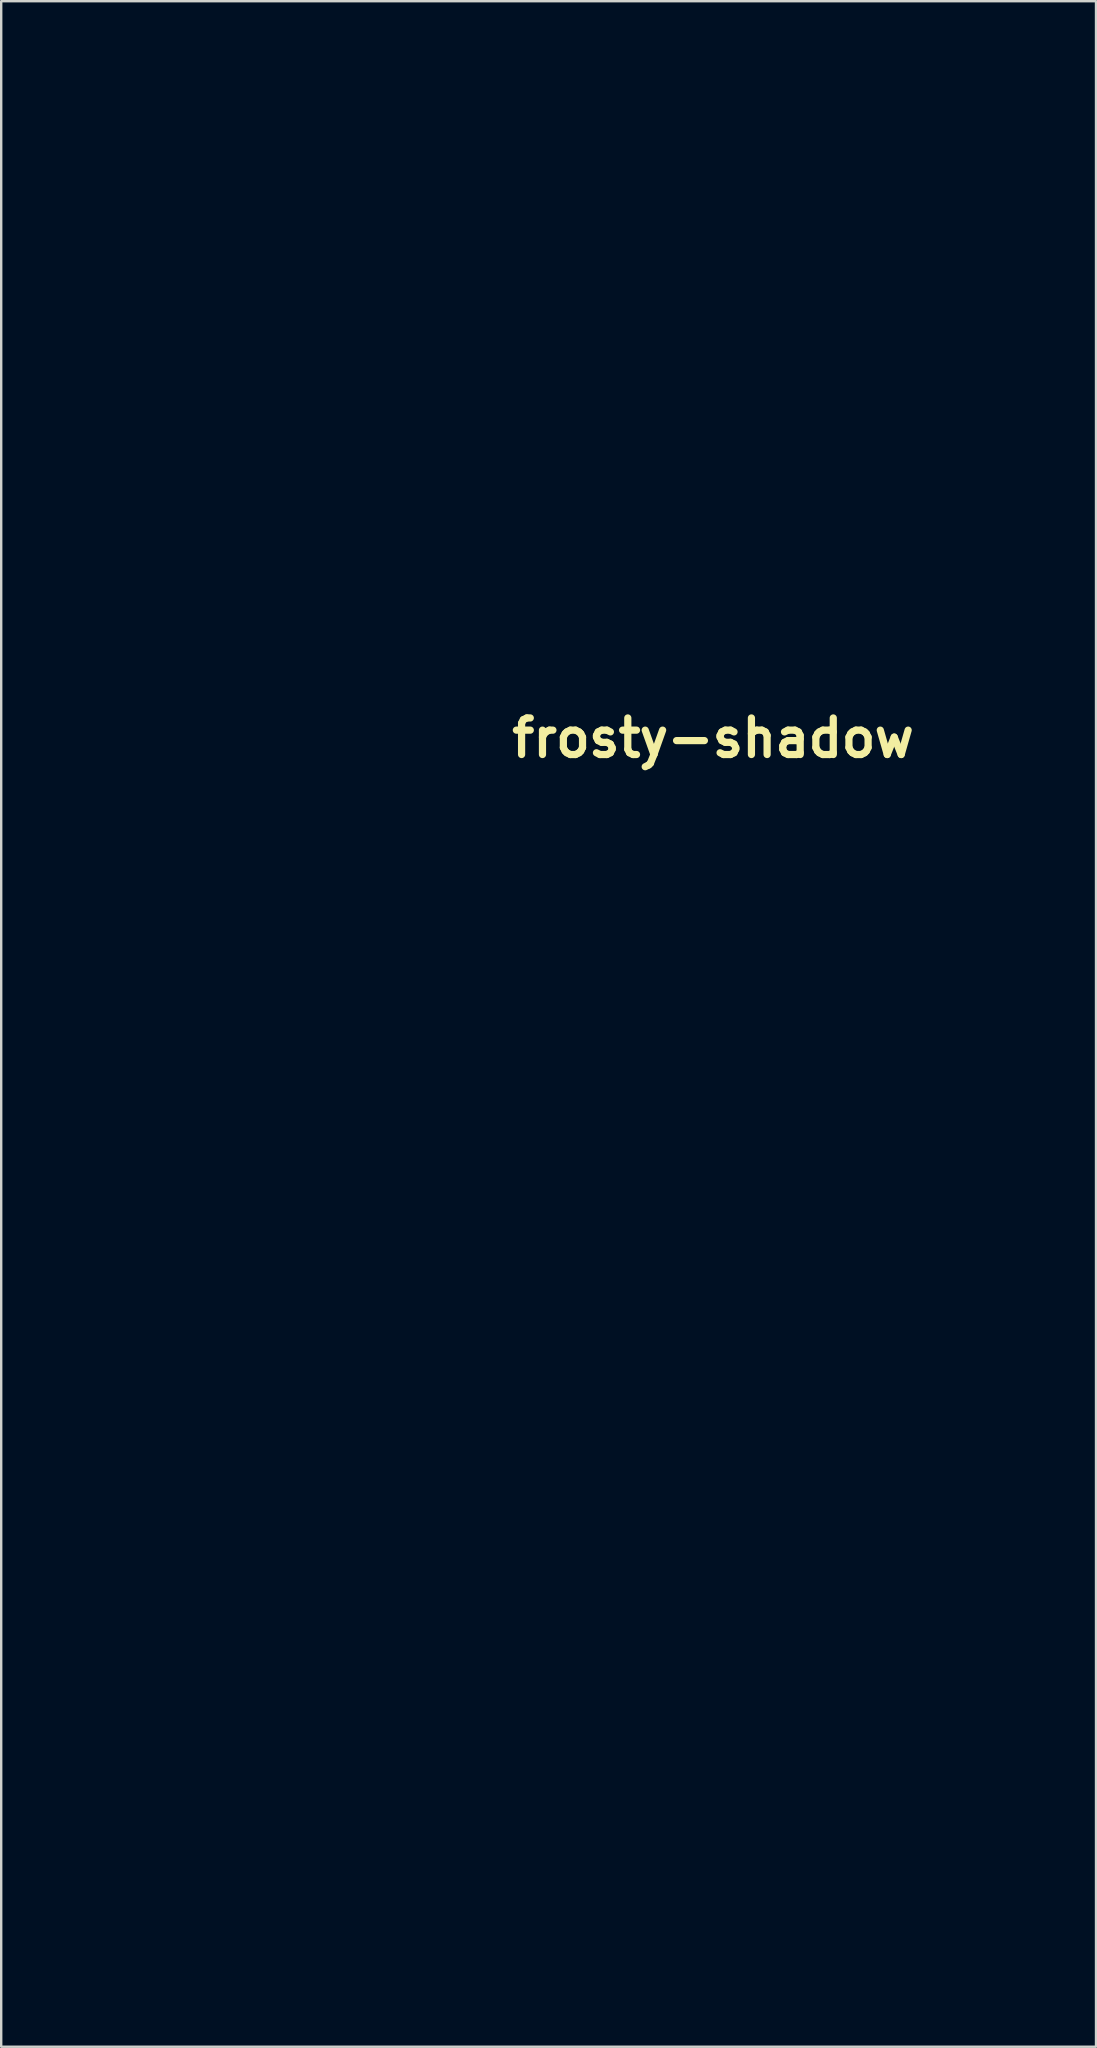
<source format=kicad_pcb>
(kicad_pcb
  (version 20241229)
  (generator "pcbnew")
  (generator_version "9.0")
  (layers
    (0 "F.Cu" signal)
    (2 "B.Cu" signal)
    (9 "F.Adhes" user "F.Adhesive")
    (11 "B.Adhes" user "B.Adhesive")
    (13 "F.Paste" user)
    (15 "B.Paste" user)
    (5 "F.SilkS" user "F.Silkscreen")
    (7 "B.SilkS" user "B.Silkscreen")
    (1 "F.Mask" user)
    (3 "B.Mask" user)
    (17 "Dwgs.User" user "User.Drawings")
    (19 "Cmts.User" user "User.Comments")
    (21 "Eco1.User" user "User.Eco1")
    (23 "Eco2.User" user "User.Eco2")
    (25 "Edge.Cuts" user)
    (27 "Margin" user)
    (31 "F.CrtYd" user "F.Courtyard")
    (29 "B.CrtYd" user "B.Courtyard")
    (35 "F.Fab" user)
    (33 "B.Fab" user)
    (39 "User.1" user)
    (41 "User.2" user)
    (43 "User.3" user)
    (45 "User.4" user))
  (footprint "frosty-shadow"
    (layer "F.Cu")
    (at 26.671 27.707)
    (property "Reference" "frosty-shadow" (at 0 0 0) (layer "F.SilkS") (effects (font (size 1.524 1.524) (thickness 0.3))))
    (attr through_hole)
    (fp_poly (pts (xy -14.304 -27.419) (xy -14.37 -27.153) (xy -14.453 -26.84) (xy -14.476 -26.755) (xy -14.549 -26.473) (xy -14.605 -26.224) (xy -14.617 -26.162) (xy -14.66 -25.951) (xy -14.694 -25.834) (xy -14.76 -25.594) (xy -14.838 -25.224) (xy -14.922 -24.763) (xy -15.005 -24.25) (xy -15.08 -23.722) (xy -15.117 -23.425) (xy -15.189 -22.599) (xy -15.228 -21.673) (xy -15.233 -20.711) (xy -15.204 -19.779) (xy -15.158 -19.135) (xy -15.116 -18.682) (xy -15.074 -18.216) (xy -15.038 -17.81) (xy -15.025 -17.657) (xy -14.995 -17.354) (xy -14.963 -17.122) (xy -14.937 -17.007) (xy -14.936 -17.006) (xy -14.907 -16.902) (xy -14.856 -16.668) (xy -14.792 -16.338) (xy -14.728 -15.986) (xy -14.498 -14.969) (xy -14.161 -13.868) (xy -13.728 -12.717) (xy -13.212 -11.551) (xy -12.974 -11.067) (xy -12.72 -10.577) (xy -12.465 -10.11) (xy -12.229 -9.699) (xy -12.03 -9.376) (xy -11.897 -9.186) (xy -11.661 -8.887) (xy -11.391 -8.535) (xy -11.179 -8.255) (xy -10.957 -7.98) (xy -10.654 -7.641) (xy -10.317 -7.286) (xy -10.079 -7.049) (xy -9.776 -6.753) (xy -9.586 -6.553) (xy -9.496 -6.434) (xy -9.492 -6.377) (xy -9.564 -6.365) (xy -9.567 -6.366) (xy -9.728 -6.375) (xy -10.019 -6.39) (xy -10.404 -6.41) (xy -10.844 -6.433) (xy -10.964 -6.439) (xy -11.477 -6.463) (xy -12.007 -6.484) (xy -12.492 -6.5) (xy -12.871 -6.509) (xy -12.883 -6.509) (xy -13.243 -6.518) (xy -13.478 -6.539) (xy -13.633 -6.586) (xy -13.753 -6.669) (xy -13.847 -6.763) (xy -14.09 -7.051) (xy -14.384 -7.448) (xy -14.703 -7.912) (xy -15.018 -8.401) (xy -15.303 -8.874) (xy -15.531 -9.289) (xy -15.584 -9.398) (xy -15.77 -9.785) (xy -15.964 -10.178) (xy -16.129 -10.509) (xy -16.168 -10.583) (xy -16.402 -11.098) (xy -16.643 -11.745) (xy -16.882 -12.488) (xy -17.108 -13.29) (xy -17.312 -14.114) (xy -17.482 -14.925) (xy -17.609 -15.685) (xy -17.628 -15.83) (xy -17.666 -16.177) (xy -17.668 -16.409) (xy -17.631 -16.576) (xy -17.571 -16.698) (xy -17.487 -16.86) (xy -17.498 -16.925) (xy -17.555 -16.933) (xy -17.63 -17.012) (xy -17.693 -17.223) (xy -17.739 -17.53) (xy -17.765 -17.896) (xy -17.766 -18.284) (xy -17.745 -18.604) (xy -17.711 -18.951) (xy -17.676 -19.369) (xy -17.649 -19.726) (xy -17.597 -20.207) (xy -17.501 -20.805) (xy -17.371 -21.479) (xy -17.217 -22.184) (xy -17.047 -22.877) (xy -16.872 -23.515) (xy -16.719 -24.003) (xy -16.581 -24.369) (xy -16.398 -24.807) (xy -16.184 -25.288) (xy -15.952 -25.781) (xy -15.717 -26.259) (xy -15.494 -26.691) (xy -15.297 -27.048) (xy -15.14 -27.3) (xy -15.056 -27.404) (xy -14.834 -27.546) (xy -14.565 -27.642) (xy -14.549 -27.645) (xy -14.238 -27.702) (xy -14.304 -27.419)) (stroke (width 0.01) (type solid)) (fill yes) (layer "F.Mask"))
    (fp_poly (pts (xy -19.061 6.34) (xy -19.045 6.358) (xy -19.042 6.491) (xy -19.102 6.715) (xy -19.205 6.976) (xy -19.329 7.219) (xy -19.437 7.373) (xy -19.538 7.55) (xy -19.558 7.652) (xy -19.604 7.81) (xy -19.718 8.029) (xy -19.77 8.11) (xy -19.898 8.312) (xy -19.973 8.455) (xy -19.981 8.484) (xy -20.014 8.589) (xy -20.099 8.797) (xy -20.193 9.009) (xy -20.306 9.271) (xy -20.383 9.476) (xy -20.405 9.563) (xy -20.441 9.711) (xy -20.481 9.801) (xy -20.618 10.114) (xy -20.779 10.56) (xy -20.953 11.109) (xy -20.998 11.261) (xy -21.093 11.581) (xy -21.175 11.847) (xy -21.229 12.009) (xy -21.234 12.023) (xy -21.287 12.187) (xy -21.297 12.234) (xy -21.338 12.427) (xy -21.403 12.661) (xy -21.468 12.854) (xy -21.493 12.912) (xy -21.552 13.071) (xy -21.561 13.119) (xy -21.576 13.198) (xy -21.605 13.338) (xy -21.654 13.56) (xy -21.728 13.886) (xy -21.831 14.339) (xy -21.931 14.774) (xy -22.023 15.199) (xy -22.114 15.666) (xy -22.197 16.13) (xy -22.263 16.544) (xy -22.305 16.863) (xy -22.314 16.976) (xy -22.325 17.149) (xy -22.341 17.344) (xy -22.367 17.596) (xy -22.405 17.938) (xy -22.46 18.403) (xy -22.481 18.584) (xy -22.519 18.863) (xy -22.559 19.106) (xy -22.564 19.135) (xy -22.58 19.297) (xy -22.592 19.601) (xy -22.602 20.017) (xy -22.609 20.517) (xy -22.613 21.072) (xy -22.614 21.654) (xy -22.613 22.235) (xy -22.608 22.786) (xy -22.601 23.278) (xy -22.591 23.684) (xy -22.578 23.975) (xy -22.567 24.088) (xy -22.492 24.676) (xy -22.43 25.217) (xy -22.383 25.681) (xy -22.354 26.034) (xy -22.348 26.229) (xy -22.331 26.396) (xy -22.284 26.679) (xy -22.215 27.028) (xy -22.179 27.193) (xy -22.108 27.532) (xy -22.06 27.803) (xy -22.041 27.968) (xy -22.045 28) (xy -22.049 28.098) (xy -22.007 28.286) (xy -22.001 28.306) (xy -21.904 28.651) (xy -21.828 28.998) (xy -21.796 29.168) (xy -21.746 29.395) (xy -21.667 29.699) (xy -21.613 29.887) (xy -21.534 30.166) (xy -21.476 30.39) (xy -21.456 30.48) (xy -21.389 30.772) (xy -21.262 31.189) (xy -21.087 31.7) (xy -20.875 32.275) (xy -20.636 32.886) (xy -20.383 33.502) (xy -20.127 34.094) (xy -19.889 34.609) (xy -19.724 34.957) (xy -19.59 35.244) (xy -19.502 35.44) (xy -19.473 35.512) (xy -19.428 35.628) (xy -19.304 35.857) (xy -19.117 36.172) (xy -18.886 36.547) (xy -18.627 36.954) (xy -18.358 37.368) (xy -18.094 37.761) (xy -17.855 38.108) (xy -17.656 38.381) (xy -17.515 38.554) (xy -17.515 38.555) (xy -17.398 38.701) (xy -17.357 38.789) (xy -17.305 38.89) (xy -17.178 39.047) (xy -17.166 39.06) (xy -16.993 39.258) (xy -16.788 39.505) (xy -16.722 39.588) (xy -16.506 39.848) (xy -16.228 40.165) (xy -15.909 40.517) (xy -15.57 40.883) (xy -15.231 41.241) (xy -14.913 41.568) (xy -14.637 41.844) (xy -14.423 42.046) (xy -14.292 42.153) (xy -14.266 42.164) (xy -14.176 42.216) (xy -14.016 42.346) (xy -13.96 42.397) (xy -13.685 42.648) (xy -13.507 42.805) (xy -13.398 42.889) (xy -13.332 42.922) (xy -13.3 42.926) (xy -13.198 42.99) (xy -13.194 42.998) (xy -13.11 43.096) (xy -12.927 43.26) (xy -12.686 43.458) (xy -12.425 43.659) (xy -12.185 43.832) (xy -12.006 43.945) (xy -11.978 43.958) (xy -11.824 44.052) (xy -11.769 44.125) (xy -11.705 44.195) (xy -11.694 44.196) (xy -11.591 44.237) (xy -11.391 44.343) (xy -11.14 44.486) (xy -10.884 44.64) (xy -10.67 44.778) (xy -10.559 44.858) (xy -10.428 44.944) (xy -10.201 45.072) (xy -9.913 45.225) (xy -9.601 45.385) (xy -9.298 45.533) (xy -9.041 45.653) (xy -8.865 45.727) (xy -8.804 45.738) (xy -8.768 45.736) (xy -8.741 45.771) (xy -8.619 45.867) (xy -8.372 46.004) (xy -8.036 46.165) (xy -7.645 46.333) (xy -7.234 46.494) (xy -6.884 46.616) (xy -6.548 46.733) (xy -6.254 46.848) (xy -6.057 46.94) (xy -6.032 46.955) (xy -5.894 47.027) (xy -5.842 47.024) (xy -5.79 47.019) (xy -5.736 47.054) (xy -5.605 47.115) (xy -5.359 47.192) (xy -5.052 47.271) (xy -5.038 47.274) (xy -4.656 47.372) (xy -4.266 47.488) (xy -4.002 47.58) (xy -3.685 47.687) (xy -3.372 47.771) (xy -3.24 47.796) (xy -2.975 47.835) (xy -2.753 47.867) (xy -2.735 47.87) (xy -2.515 47.922) (xy -2.312 47.989) (xy -2.131 48.039) (xy -1.821 48.102) (xy -1.422 48.174) (xy -0.975 48.246) (xy -0.517 48.313) (xy -0.089 48.369) (xy 0.169 48.397) (xy 0.486 48.434) (xy 0.854 48.486) (xy 1.016 48.511) (xy 1.392 48.56) (xy 1.798 48.591) (xy 1.947 48.596) (xy 2.276 48.607) (xy 2.587 48.629) (xy 2.709 48.642) (xy 2.881 48.656) (xy 3.193 48.672) (xy 3.613 48.689) (xy 4.113 48.705) (xy 4.662 48.72) (xy 4.826 48.724) (xy 5.364 48.736) (xy 5.842 48.748) (xy 6.237 48.759) (xy 6.522 48.768) (xy 6.672 48.775) (xy 6.689 48.776) (xy 6.787 48.78) (xy 6.891 48.773) (xy 7.124 48.758) (xy 7.448 48.739) (xy 7.676 48.726) (xy 8.078 48.7) (xy 8.456 48.67) (xy 8.751 48.641) (xy 8.846 48.628) (xy 9.103 48.598) (xy 9.454 48.568) (xy 9.82 48.544) (xy 10.391 48.509) (xy 10.898 48.463) (xy 11.444 48.396) (xy 11.515 48.387) (xy 11.956 48.334) (xy 12.351 48.3) (xy 12.669 48.285) (xy 12.88 48.292) (xy 12.953 48.319) (xy 12.877 48.405) (xy 12.663 48.54) (xy 12.333 48.713) (xy 11.909 48.916) (xy 11.412 49.139) (xy 10.865 49.371) (xy 10.288 49.605) (xy 9.703 49.829) (xy 9.132 50.035) (xy 8.848 50.132) (xy 8.134 50.352) (xy 7.333 50.57) (xy 6.49 50.776) (xy 5.649 50.96) (xy 4.855 51.112) (xy 4.153 51.221) (xy 3.852 51.256) (xy 3.572 51.285) (xy 3.221 51.323) (xy 3.006 51.346) (xy 2.275 51.424) (xy 1.666 51.479) (xy 1.133 51.515) (xy 0.629 51.534) (xy 0.11 51.539) (xy -0.254 51.536) (xy -0.749 51.526) (xy -1.237 51.51) (xy -1.666 51.49) (xy -1.986 51.467) (xy -2.032 51.463) (xy -2.441 51.421) (xy -2.891 51.376) (xy -3.133 51.353) (xy -3.519 51.309) (xy -3.923 51.252) (xy -4.149 51.213) (xy -4.463 51.156) (xy -4.75 51.104) (xy -4.868 51.083) (xy -5.204 51.018) (xy -5.67 50.915) (xy -6.235 50.782) (xy -6.858 50.628) (xy -7.198 50.542) (xy -7.485 50.471) (xy -7.671 50.426) (xy -7.705 50.418) (xy -7.817 50.386) (xy -7.832 50.377) (xy -7.9 50.35) (xy -7.959 50.335) (xy -8.207 50.262) (xy -8.575 50.133) (xy -9.032 49.961) (xy -9.548 49.759) (xy -10.093 49.538) (xy -10.636 49.312) (xy -11.146 49.092) (xy -11.593 48.892) (xy -11.947 48.725) (xy -12.177 48.601) (xy -12.199 48.587) (xy -12.4 48.468) (xy -12.667 48.321) (xy -12.785 48.261) (xy -13.012 48.14) (xy -13.17 48.044) (xy -13.208 48.013) (xy -13.305 47.95) (xy -13.503 47.85) (xy -13.631 47.792) (xy -13.945 47.63) (xy -14.267 47.429) (xy -14.35 47.368) (xy -14.638 47.162) (xy -14.944 46.959) (xy -15.028 46.907) (xy -15.239 46.775) (xy -15.381 46.676) (xy -15.409 46.651) (xy -15.492 46.584) (xy -15.681 46.44) (xy -15.948 46.243) (xy -16.197 46.062) (xy -16.513 45.828) (xy -16.783 45.616) (xy -16.973 45.454) (xy -17.043 45.382) (xy -17.157 45.261) (xy -17.363 45.074) (xy -17.619 44.86) (xy -17.653 44.833) (xy -17.878 44.639) (xy -18.187 44.354) (xy -18.548 44.009) (xy -18.928 43.636) (xy -19.296 43.267) (xy -19.619 42.933) (xy -19.865 42.667) (xy -19.933 42.587) (xy -20.501 41.896) (xy -21.056 41.196) (xy -21.581 40.51) (xy -22.059 39.864) (xy -22.47 39.281) (xy -22.798 38.785) (xy -22.957 38.523) (xy -23.221 38.048) (xy -23.506 37.511) (xy -23.799 36.937) (xy -24.088 36.354) (xy -24.359 35.787) (xy -24.601 35.263) (xy -24.801 34.808) (xy -24.945 34.449) (xy -25.022 34.211) (xy -25.023 34.207) (xy -25.064 34.072) (xy -25.147 33.824) (xy -25.258 33.506) (xy -25.304 33.377) (xy -25.412 33.073) (xy -25.501 32.804) (xy -25.582 32.535) (xy -25.663 32.23) (xy -25.755 31.854) (xy -25.867 31.37) (xy -25.954 30.988) (xy -26.042 30.596) (xy -26.109 30.289) (xy -26.162 30.023) (xy -26.21 29.751) (xy -26.26 29.429) (xy -26.322 29.011) (xy -26.366 28.702) (xy -26.444 28.154) (xy -26.502 27.717) (xy -26.544 27.34) (xy -26.576 26.97) (xy -26.602 26.556) (xy -26.627 26.047) (xy -26.638 25.78) (xy -26.658 25.283) (xy -26.666 24.928) (xy -26.66 24.688) (xy -26.638 24.535) (xy -26.6 24.443) (xy -26.555 24.394) (xy -26.441 24.249) (xy -26.416 24.162) (xy -26.364 24.056) (xy -26.326 24.045) (xy -26.277 23.993) (xy -26.293 23.955) (xy -26.408 23.899) (xy -26.467 23.91) (xy -26.573 23.897) (xy -26.591 23.852) (xy -26.595 23.633) (xy -26.592 23.321) (xy -26.583 22.967) (xy -26.57 22.623) (xy -26.554 22.34) (xy -26.537 22.169) (xy -26.535 22.159) (xy -26.506 21.973) (xy -26.473 21.69) (xy -26.45 21.463) (xy -26.411 21.139) (xy -26.359 20.846) (xy -26.324 20.705) (xy -26.266 20.468) (xy -26.214 20.16) (xy -26.197 20.028) (xy -26.154 19.733) (xy -26.083 19.357) (xy -25.996 18.948) (xy -25.904 18.554) (xy -25.816 18.224) (xy -25.746 18.007) (xy -25.739 17.992) (xy -25.667 17.781) (xy -25.615 17.568) (xy -25.565 17.307) (xy -25.528 17.109) (xy -25.464 16.914) (xy -25.402 16.817) (xy -25.322 16.658) (xy -25.314 16.599) (xy -25.284 16.457) (xy -25.204 16.198) (xy -25.088 15.865) (xy -24.954 15.496) (xy -24.814 15.133) (xy -24.686 14.816) (xy -24.582 14.585) (xy -24.528 14.489) (xy -24.451 14.375) (xy -24.444 14.34) (xy -24.423 14.243) (xy -24.339 14.027) (xy -24.205 13.724) (xy -24.035 13.363) (xy -23.845 12.976) (xy -23.649 12.594) (xy -23.474 12.272) (xy -23.345 12.04) (xy -23.176 11.734) (xy -23.032 11.472) (xy -22.827 11.122) (xy -22.581 10.732) (xy -22.395 10.456) (xy -22.196 10.164) (xy -22.019 9.889) (xy -21.906 9.694) (xy -21.762 9.459) (xy -21.617 9.271) (xy -21.486 9.114) (xy -21.302 8.873) (xy -21.128 8.636) (xy -20.887 8.313) (xy -20.618 7.975) (xy -20.452 7.779) (xy -20.029 7.298) (xy -19.703 6.932) (xy -19.461 6.666) (xy -19.289 6.488) (xy -19.174 6.383) (xy -19.103 6.338) (xy -19.061 6.34)) (stroke (width 0.01) (type solid)) (fill yes) (layer "F.Mask")))
  (gr_rect
    (start -3 -3)
    (end 42.629 82.251)
    (stroke (width 0.1) (type default))
    (fill no)
    (layer "Edge.Cuts")))
</source>
